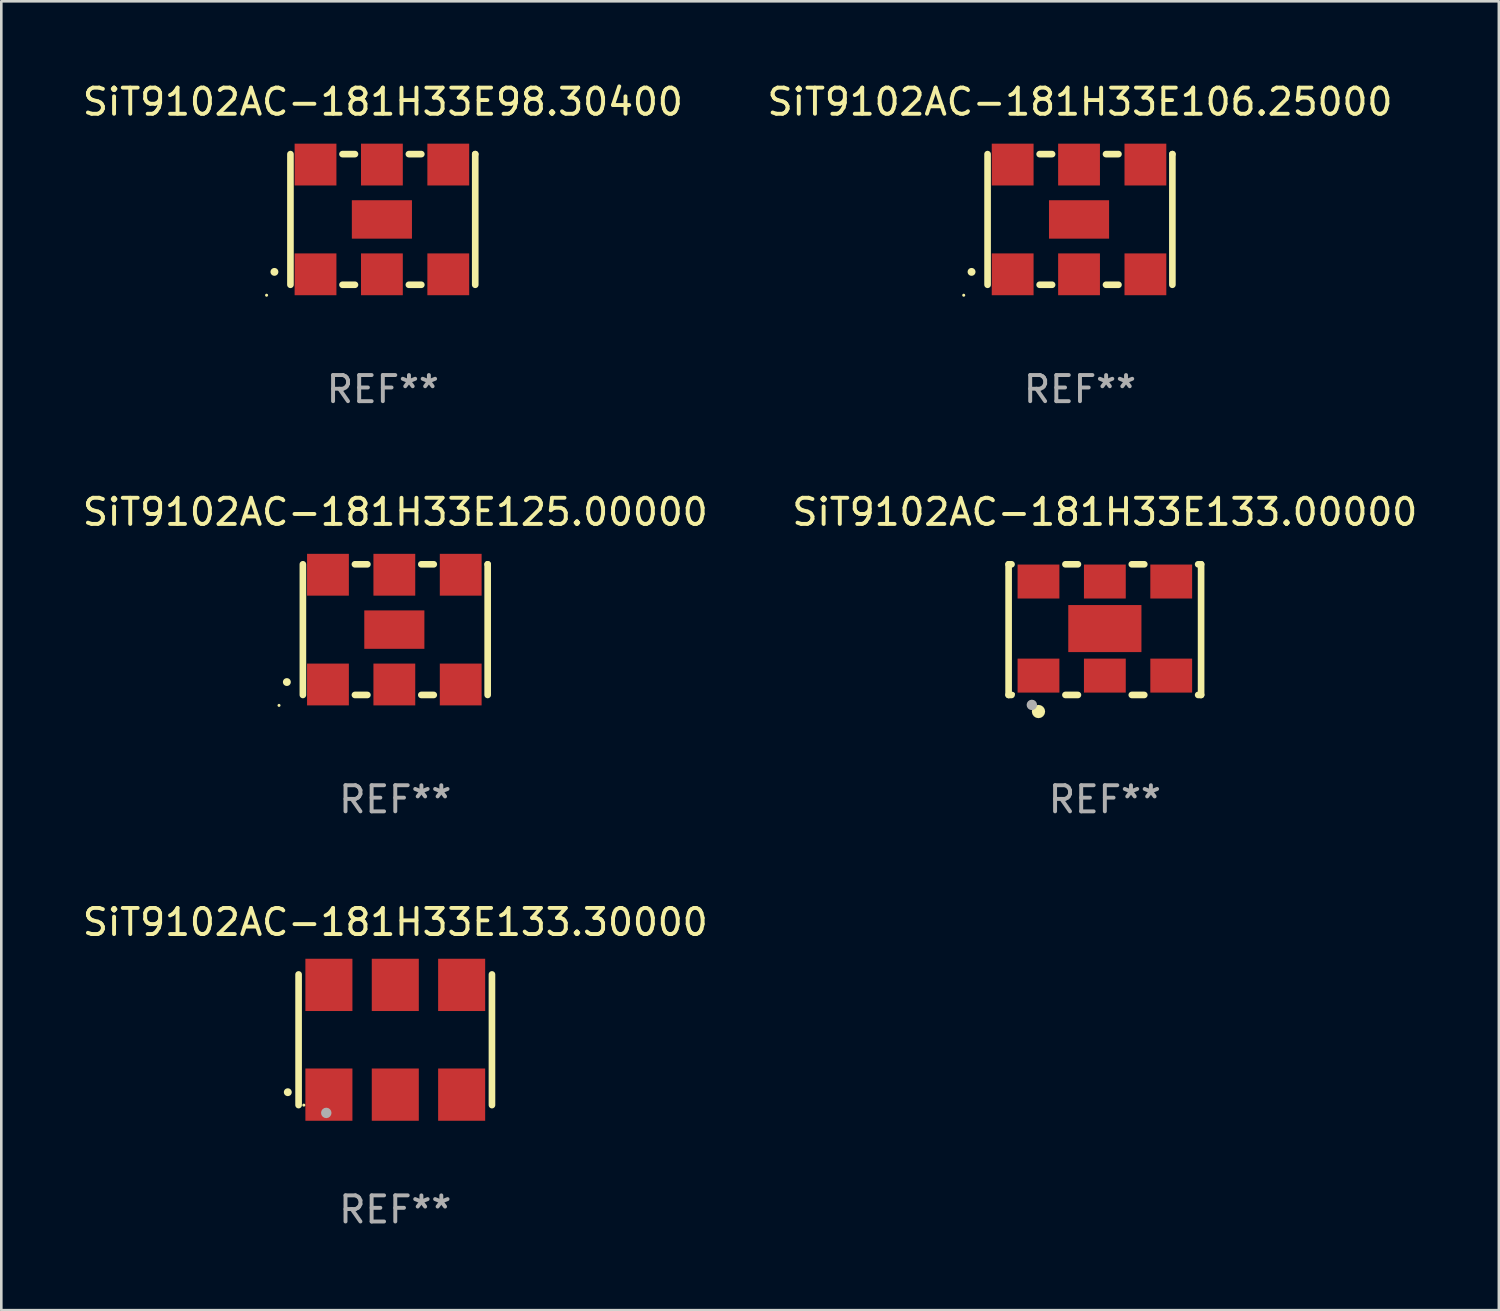
<source format=kicad_pcb>
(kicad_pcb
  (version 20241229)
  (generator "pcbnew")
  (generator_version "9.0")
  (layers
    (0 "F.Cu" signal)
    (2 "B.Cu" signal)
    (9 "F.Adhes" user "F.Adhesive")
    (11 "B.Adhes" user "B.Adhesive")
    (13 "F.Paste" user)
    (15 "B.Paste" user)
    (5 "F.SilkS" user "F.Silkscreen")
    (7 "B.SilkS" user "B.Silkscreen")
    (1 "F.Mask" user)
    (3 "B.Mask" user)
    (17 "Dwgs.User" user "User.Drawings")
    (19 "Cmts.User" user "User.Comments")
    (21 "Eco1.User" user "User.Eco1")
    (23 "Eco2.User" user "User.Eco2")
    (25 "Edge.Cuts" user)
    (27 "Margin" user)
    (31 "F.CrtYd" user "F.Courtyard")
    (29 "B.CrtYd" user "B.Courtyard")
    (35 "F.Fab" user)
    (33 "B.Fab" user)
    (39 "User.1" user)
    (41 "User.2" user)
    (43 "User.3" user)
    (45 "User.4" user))
  (footprint "SiT9102AC-181H33E133.00000"
    (layer "F.Cu")
    (at 39.232 21.045)
    (property "Reference" "SiT9102AC-181H33E133.00000" (at 0 -4.5 0) (layer "F.SilkS") (effects (font (size 1 1) (thickness 0.15))))
    (attr through_hole)
    (fp_line (start -3.683 -2.5) (end -3.571 -2.5) (stroke (width 0.254) (type solid)) (layer "F.SilkS"))
    (fp_line (start -3.683 2.5) (end -3.683 -2.5) (stroke (width 0.254) (type solid)) (layer "F.SilkS"))
    (fp_line (start -3.683 2.5) (end -3.571 2.5) (stroke (width 0.254) (type solid)) (layer "F.SilkS"))
    (fp_line (start -1.509 -2.5) (end -1.031 -2.5) (stroke (width 0.254) (type solid)) (layer "F.SilkS"))
    (fp_line (start -1.509 2.5) (end -1.031 2.5) (stroke (width 0.254) (type solid)) (layer "F.SilkS"))
    (fp_line (start 1.031 -2.5) (end 1.509 -2.5) (stroke (width 0.254) (type solid)) (layer "F.SilkS"))
    (fp_line (start 1.031 2.5) (end 1.509 2.5) (stroke (width 0.254) (type solid)) (layer "F.SilkS"))
    (fp_line (start 3.571 -2.5) (end 3.683 -2.5) (stroke (width 0.254) (type solid)) (layer "F.SilkS"))
    (fp_line (start 3.571 2.5) (end 3.683 2.5) (stroke (width 0.254) (type solid)) (layer "F.SilkS"))
    (fp_line (start 3.683 2.5) (end 3.683 -2.5) (stroke (width 0.254) (type solid)) (layer "F.SilkS"))
    (fp_circle (center -3.5 2.46) (end -3.47 2.46) (stroke (width 0.06) (type solid)) (fill no) (layer "F.SilkS"))
    (fp_circle (center -2.54 3.135) (end -2.413 3.135) (stroke (width 0.254) (type solid)) (fill no) (layer "F.SilkS"))
    (fp_circle (center -2.794 2.881) (end -2.694 2.881) (stroke (width 0.2) (type solid)) (fill no) (layer "F.Fab"))
    (fp_text user "REF**" (at 0 6.5 0) (layer "F.Fab") (effects (font (size 1 1) (thickness 0.15))))
    (pad "1" smd rect (at -2.54 1.76) (size 1.6 1.3) (layers "F.Cu" "F.Mask" "F.Paste"))
    (pad "2" smd rect (at 0 1.76) (size 1.6 1.3) (layers "F.Cu" "F.Mask" "F.Paste"))
    (pad "3" smd rect (at 2.54 1.76) (size 1.6 1.3) (layers "F.Cu" "F.Mask" "F.Paste"))
    (pad "4" smd rect (at 2.54 -1.84) (size 1.6 1.3) (layers "F.Cu" "F.Mask" "F.Paste"))
    (pad "5" smd rect (at 0 -1.84) (size 1.6 1.3) (layers "F.Cu" "F.Mask" "F.Paste"))
    (pad "6" smd rect (at -2.54 -1.84) (size 1.6 1.3) (layers "F.Cu" "F.Mask" "F.Paste"))
    (pad "7" smd rect (at 0 -0.04) (size 2.8 1.8) (layers "F.Cu" "F.Mask" "F.Paste")))
  (footprint "SiT9102AC-181H33E98.30400"
    (layer "F.Cu")
    (at 11.601 5.348)
    (property "Reference" "SiT9102AC-181H33E98.30400" (at 0 -4.5 0) (layer "F.SilkS") (effects (font (size 1 1) (thickness 0.15))))
    (attr through_hole)
    (fp_line (start -3.536 -2.5) (end -3.536 2.5) (stroke (width 0.254) (type solid)) (layer "F.SilkS"))
    (fp_line (start -1.544 2.5) (end -1.067 2.5) (stroke (width 0.254) (type solid)) (layer "F.SilkS"))
    (fp_line (start -1.067 -2.5) (end -1.544 -2.5) (stroke (width 0.254) (type solid)) (layer "F.SilkS"))
    (fp_line (start 0.996 2.5) (end 1.473 2.5) (stroke (width 0.254) (type solid)) (layer "F.SilkS"))
    (fp_line (start 1.473 -2.5) (end 0.996 -2.5) (stroke (width 0.254) (type solid)) (layer "F.SilkS"))
    (fp_line (start 3.536 -2.5) (end 3.536 -2.5) (stroke (width 0.254) (type solid)) (layer "F.SilkS"))
    (fp_line (start 3.536 2.5) (end 3.536 -2.5) (stroke (width 0.254) (type solid)) (layer "F.SilkS"))
    (fp_arc (start -4.150432 2.006604) (mid -4.149162 2.006599) (end -4.147892 2.006604) (stroke (width 0.3) (type solid)) (layer "F.SilkS"))
    (fp_circle (center -4.449 2.9) (end -4.419 2.9) (stroke (width 0.06) (type solid)) (fill no) (layer "F.SilkS"))
    (fp_text user "REF**" (at 0 6.5 0) (layer "F.Fab") (effects (font (size 1 1) (thickness 0.15))))
    (pad "1" smd rect (at -2.576 2.1) (size 1.6 1.6) (layers "F.Cu" "F.Mask" "F.Paste"))
    (pad "2" smd rect (at -0.036 2.1) (size 1.6 1.6) (layers "F.Cu" "F.Mask" "F.Paste"))
    (pad "3" smd rect (at 2.504 2.1) (size 1.6 1.6) (layers "F.Cu" "F.Mask" "F.Paste"))
    (pad "4" smd rect (at 2.504 -2.1) (size 1.6 1.6) (layers "F.Cu" "F.Mask" "F.Paste"))
    (pad "5" smd rect (at -0.036 -2.1) (size 1.6 1.6) (layers "F.Cu" "F.Mask" "F.Paste"))
    (pad "6" smd rect (at -2.576 -2.1) (size 1.6 1.6) (layers "F.Cu" "F.Mask" "F.Paste"))
    (pad "7" smd rect (at -0.036 0) (size 2.3 1.47) (layers "F.Cu" "F.Mask" "F.Paste")))
  (footprint "SiT9102AC-181H33E125.00000"
    (layer "F.Cu")
    (at 12.077 21.045)
    (property "Reference" "SiT9102AC-181H33E125.00000" (at 0 -4.5 0) (layer "F.SilkS") (effects (font (size 1 1) (thickness 0.15))))
    (attr through_hole)
    (fp_line (start -3.536 -2.5) (end -3.536 2.5) (stroke (width 0.254) (type solid)) (layer "F.SilkS"))
    (fp_line (start -1.544 2.5) (end -1.067 2.5) (stroke (width 0.254) (type solid)) (layer "F.SilkS"))
    (fp_line (start -1.067 -2.5) (end -1.544 -2.5) (stroke (width 0.254) (type solid)) (layer "F.SilkS"))
    (fp_line (start 0.996 2.5) (end 1.473 2.5) (stroke (width 0.254) (type solid)) (layer "F.SilkS"))
    (fp_line (start 1.473 -2.5) (end 0.996 -2.5) (stroke (width 0.254) (type solid)) (layer "F.SilkS"))
    (fp_line (start 3.536 -2.5) (end 3.536 -2.5) (stroke (width 0.254) (type solid)) (layer "F.SilkS"))
    (fp_line (start 3.536 2.5) (end 3.536 -2.5) (stroke (width 0.254) (type solid)) (layer "F.SilkS"))
    (fp_arc (start -4.150432 2.006604) (mid -4.149162 2.006599) (end -4.147892 2.006604) (stroke (width 0.3) (type solid)) (layer "F.SilkS"))
    (fp_circle (center -4.449 2.9) (end -4.419 2.9) (stroke (width 0.06) (type solid)) (fill no) (layer "F.SilkS"))
    (fp_text user "REF**" (at 0 6.5 0) (layer "F.Fab") (effects (font (size 1 1) (thickness 0.15))))
    (pad "1" smd rect (at -2.576 2.1) (size 1.6 1.6) (layers "F.Cu" "F.Mask" "F.Paste"))
    (pad "2" smd rect (at -0.036 2.1) (size 1.6 1.6) (layers "F.Cu" "F.Mask" "F.Paste"))
    (pad "3" smd rect (at 2.504 2.1) (size 1.6 1.6) (layers "F.Cu" "F.Mask" "F.Paste"))
    (pad "4" smd rect (at 2.504 -2.1) (size 1.6 1.6) (layers "F.Cu" "F.Mask" "F.Paste"))
    (pad "5" smd rect (at -0.036 -2.1) (size 1.6 1.6) (layers "F.Cu" "F.Mask" "F.Paste"))
    (pad "6" smd rect (at -2.576 -2.1) (size 1.6 1.6) (layers "F.Cu" "F.Mask" "F.Paste"))
    (pad "7" smd rect (at -0.036 0) (size 2.3 1.47) (layers "F.Cu" "F.Mask" "F.Paste")))
  (footprint "SiT9102AC-181H33E106.25000"
    (layer "F.Cu")
    (at 38.28 5.348)
    (property "Reference" "SiT9102AC-181H33E106.25000" (at 0 -4.5 0) (layer "F.SilkS") (effects (font (size 1 1) (thickness 0.15))))
    (attr through_hole)
    (fp_line (start -3.536 -2.5) (end -3.536 2.5) (stroke (width 0.254) (type solid)) (layer "F.SilkS"))
    (fp_line (start -1.544 2.5) (end -1.067 2.5) (stroke (width 0.254) (type solid)) (layer "F.SilkS"))
    (fp_line (start -1.067 -2.5) (end -1.544 -2.5) (stroke (width 0.254) (type solid)) (layer "F.SilkS"))
    (fp_line (start 0.996 2.5) (end 1.473 2.5) (stroke (width 0.254) (type solid)) (layer "F.SilkS"))
    (fp_line (start 1.473 -2.5) (end 0.996 -2.5) (stroke (width 0.254) (type solid)) (layer "F.SilkS"))
    (fp_line (start 3.536 -2.5) (end 3.536 -2.5) (stroke (width 0.254) (type solid)) (layer "F.SilkS"))
    (fp_line (start 3.536 2.5) (end 3.536 -2.5) (stroke (width 0.254) (type solid)) (layer "F.SilkS"))
    (fp_arc (start -4.150432 2.006604) (mid -4.149162 2.006599) (end -4.147892 2.006604) (stroke (width 0.3) (type solid)) (layer "F.SilkS"))
    (fp_circle (center -4.449 2.9) (end -4.419 2.9) (stroke (width 0.06) (type solid)) (fill no) (layer "F.SilkS"))
    (fp_text user "REF**" (at 0 6.5 0) (layer "F.Fab") (effects (font (size 1 1) (thickness 0.15))))
    (pad "1" smd rect (at -2.576 2.1) (size 1.6 1.6) (layers "F.Cu" "F.Mask" "F.Paste"))
    (pad "2" smd rect (at -0.036 2.1) (size 1.6 1.6) (layers "F.Cu" "F.Mask" "F.Paste"))
    (pad "3" smd rect (at 2.504 2.1) (size 1.6 1.6) (layers "F.Cu" "F.Mask" "F.Paste"))
    (pad "4" smd rect (at 2.504 -2.1) (size 1.6 1.6) (layers "F.Cu" "F.Mask" "F.Paste"))
    (pad "5" smd rect (at -0.036 -2.1) (size 1.6 1.6) (layers "F.Cu" "F.Mask" "F.Paste"))
    (pad "6" smd rect (at -2.576 -2.1) (size 1.6 1.6) (layers "F.Cu" "F.Mask" "F.Paste"))
    (pad "7" smd rect (at -0.036 0) (size 2.3 1.47) (layers "F.Cu" "F.Mask" "F.Paste")))
  (footprint "SiT9102AC-181H33E133.30000"
    (layer "F.Cu")
    (at 12.077 36.741)
    (property "Reference" "SiT9102AC-181H33E133.30000" (at 0 -4.5 0) (layer "F.SilkS") (effects (font (size 1 1) (thickness 0.15))))
    (attr through_hole)
    (fp_line (start -3.7 -2.5) (end -3.7 2.5) (stroke (width 0.254) (type solid)) (layer "F.SilkS"))
    (fp_line (start 3.7 -2.5) (end 3.7 2.5) (stroke (width 0.254) (type solid)) (layer "F.SilkS"))
    (fp_arc (start -4.114415 2.006604) (mid -4.113145 2.006599) (end -4.111875 2.006604) (stroke (width 0.3) (type solid)) (layer "F.SilkS"))
    (fp_circle (center -3.5 2.501) (end -3.47 2.501) (stroke (width 0.06) (type solid)) (fill no) (layer "F.SilkS"))
    (fp_circle (center -2.641 2.799) (end -2.541 2.799) (stroke (width 0.2) (type solid)) (fill no) (layer "F.Fab"))
    (fp_text user "REF**" (at 0 6.5 0) (layer "F.Fab") (effects (font (size 1 1) (thickness 0.15))))
    (pad "1" smd rect (at -2.54 2.1) (size 1.8 2) (layers "F.Cu" "F.Mask" "F.Paste"))
    (pad "2" smd rect (at 0.000394 2.1) (size 1.8 2) (layers "F.Cu" "F.Mask" "F.Paste"))
    (pad "3" smd rect (at 2.54 2.1) (size 1.8 2) (layers "F.Cu" "F.Mask" "F.Paste"))
    (pad "4" smd rect (at 2.54 -2.1) (size 1.8 2) (layers "F.Cu" "F.Mask" "F.Paste"))
    (pad "5" smd rect (at 0.000394 -2.1) (size 1.8 2) (layers "F.Cu" "F.Mask" "F.Paste"))
    (pad "6" smd rect (at -2.54 -2.1) (size 1.8 2) (layers "F.Cu" "F.Mask" "F.Paste")))
  (gr_rect
    (start -3 -3)
    (end 54.31 47.09)
    (stroke (width 0.1) (type default))
    (fill no)
    (layer "Edge.Cuts")))
</source>
